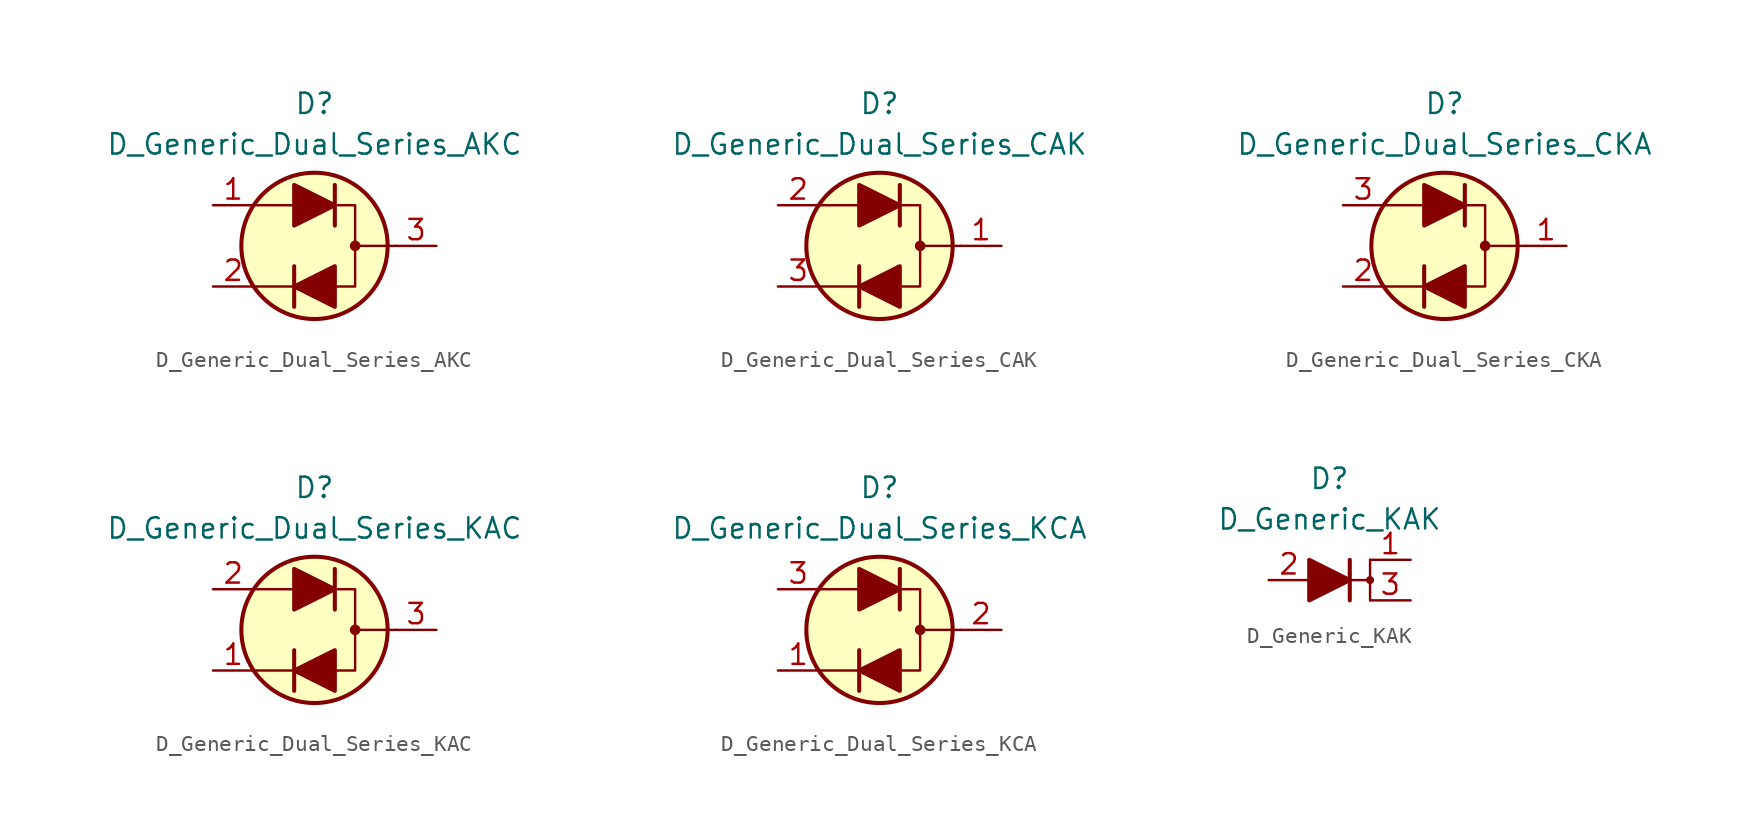
<source format=kicad_sym>
(kicad_symbol_lib
  (version 20210619)
  (generator kicad_symbol_editor)
  (symbol "Diode_AKL:D_Generic_Dual_Series_AKC"
    (pin_names
      (offset 1.016) hide)
    (property "Reference" "D"
      (at 0 8.89 0)
      (effects (font (size 1.27 1.27))))
    (property "Value" "D_Generic_Dual_Series_AKC"
      (at 0 6.35 0)
      (effects (font (size 1.27 1.27))))
    (symbol "D_Generic_Dual_Series_AKC_0_1"
      (circle (center 2.54 0) (radius 0.254) (stroke (width 0)) (fill (type outline)))
      (circle (center 0 0) (radius 4.572) (stroke (width 0.254)) (fill (type background)))
      (polyline (pts (xy -1.27 -2.54) (xy -3.81 -2.54)) (stroke (width 0)) (fill (type none)))
      (polyline (pts (xy -1.27 -1.27) (xy -1.27 -3.81)) (stroke (width 0.254)) (fill (type none)))
      (polyline (pts (xy -1.27 2.54) (xy -3.81 2.54)) (stroke (width 0)) (fill (type none)))
      (polyline (pts (xy 1.27 3.81) (xy 1.27 1.27)) (stroke (width 0.254)) (fill (type none)))
      (polyline (pts (xy 5.08 0) (xy 2.54 0)) (stroke (width 0)) (fill (type none)))
      (polyline (pts (xy 1.27 -2.54) (xy 2.54 -2.54) (xy 2.54 2.54) (xy 1.27 2.54)) (stroke (width 0)) (fill (type none))))
    (symbol "D_Generic_Dual_Series_AKC_1_1"
      (polyline (pts (xy -1.27 2.54) (xy 1.27 2.54)) (stroke (width 0)) (fill (type none)))
      (polyline (pts (xy 1.27 -2.54) (xy -1.27 -2.54)) (stroke (width 0)) (fill (type none)))
      (polyline (pts (xy -1.27 1.27) (xy -1.27 3.81) (xy 1.27 2.54) (xy -1.27 1.27)) (stroke (width 0.254)) (fill (type outline)))
      (polyline (pts (xy 1.27 -1.27) (xy 1.27 -3.81) (xy -1.27 -2.54) (xy 1.27 -1.27)) (stroke (width 0.254)) (fill (type outline)))
      (pin passive line (at -6.35 2.54 0) (length 2.54) (name "A" (effects (font (size 1.27 1.27)))) (number "1" (effects (font (size 1.27 1.27)))))
      (pin passive line (at -6.35 -2.54 0) (length 2.54) (name "K" (effects (font (size 1.27 1.27)))) (number "2" (effects (font (size 1.27 1.27)))))
      (pin passive line (at 7.62 0 180) (length 2.54) (name "C" (effects (font (size 1.27 1.27)))) (number "3" (effects (font (size 1.27 1.27)))))))
  (symbol "Diode_AKL:D_Generic_Dual_Series_CAK"
    (pin_names
      (offset 1.016) hide)
    (property "Reference" "D"
      (at 0 8.89 0)
      (effects (font (size 1.27 1.27))))
    (property "Value" "D_Generic_Dual_Series_CAK"
      (at 0 6.35 0)
      (effects (font (size 1.27 1.27))))
    (symbol "D_Generic_Dual_Series_CAK_0_1"
      (circle (center 2.54 0) (radius 0.254) (stroke (width 0)) (fill (type outline)))
      (circle (center 0 0) (radius 4.572) (stroke (width 0.254)) (fill (type background)))
      (polyline (pts (xy -1.27 -2.54) (xy -3.81 -2.54)) (stroke (width 0)) (fill (type none)))
      (polyline (pts (xy -1.27 -1.27) (xy -1.27 -3.81)) (stroke (width 0.254)) (fill (type none)))
      (polyline (pts (xy -1.27 2.54) (xy -3.81 2.54)) (stroke (width 0)) (fill (type none)))
      (polyline (pts (xy 1.27 3.81) (xy 1.27 1.27)) (stroke (width 0.254)) (fill (type none)))
      (polyline (pts (xy 5.08 0) (xy 2.54 0)) (stroke (width 0)) (fill (type none)))
      (polyline (pts (xy 1.27 -2.54) (xy 2.54 -2.54) (xy 2.54 2.54) (xy 1.27 2.54)) (stroke (width 0)) (fill (type none))))
    (symbol "D_Generic_Dual_Series_CAK_1_1"
      (polyline (pts (xy -1.27 2.54) (xy 1.27 2.54)) (stroke (width 0)) (fill (type none)))
      (polyline (pts (xy 1.27 -2.54) (xy -1.27 -2.54)) (stroke (width 0)) (fill (type none)))
      (polyline (pts (xy -1.27 1.27) (xy -1.27 3.81) (xy 1.27 2.54) (xy -1.27 1.27)) (stroke (width 0.254)) (fill (type outline)))
      (polyline (pts (xy 1.27 -1.27) (xy 1.27 -3.81) (xy -1.27 -2.54) (xy 1.27 -1.27)) (stroke (width 0.254)) (fill (type outline)))
      (pin passive line (at 7.62 0 180) (length 2.54) (name "C" (effects (font (size 1.27 1.27)))) (number "1" (effects (font (size 1.27 1.27)))))
      (pin passive line (at -6.35 2.54 0) (length 2.54) (name "A" (effects (font (size 1.27 1.27)))) (number "2" (effects (font (size 1.27 1.27)))))
      (pin passive line (at -6.35 -2.54 0) (length 2.54) (name "K" (effects (font (size 1.27 1.27)))) (number "3" (effects (font (size 1.27 1.27)))))))
  (symbol "Diode_AKL:D_Generic_Dual_Series_CKA"
    (pin_names
      (offset 1.016) hide)
    (property "Reference" "D"
      (at 0 8.89 0)
      (effects (font (size 1.27 1.27))))
    (property "Value" "D_Generic_Dual_Series_CKA"
      (at 0 6.35 0)
      (effects (font (size 1.27 1.27))))
    (symbol "D_Generic_Dual_Series_CKA_0_1"
      (circle (center 2.54 0) (radius 0.254) (stroke (width 0)) (fill (type outline)))
      (circle (center 0 0) (radius 4.572) (stroke (width 0.254)) (fill (type background)))
      (polyline (pts (xy -1.27 -2.54) (xy -3.81 -2.54)) (stroke (width 0)) (fill (type none)))
      (polyline (pts (xy -1.27 -1.27) (xy -1.27 -3.81)) (stroke (width 0.254)) (fill (type none)))
      (polyline (pts (xy -1.27 2.54) (xy -3.81 2.54)) (stroke (width 0)) (fill (type none)))
      (polyline (pts (xy 1.27 3.81) (xy 1.27 1.27)) (stroke (width 0.254)) (fill (type none)))
      (polyline (pts (xy 5.08 0) (xy 2.54 0)) (stroke (width 0)) (fill (type none)))
      (polyline (pts (xy 1.27 -2.54) (xy 2.54 -2.54) (xy 2.54 2.54) (xy 1.27 2.54)) (stroke (width 0)) (fill (type none))))
    (symbol "D_Generic_Dual_Series_CKA_1_1"
      (polyline (pts (xy -1.27 2.54) (xy 1.27 2.54)) (stroke (width 0)) (fill (type none)))
      (polyline (pts (xy 1.27 -2.54) (xy -1.27 -2.54)) (stroke (width 0)) (fill (type none)))
      (polyline (pts (xy -1.27 1.27) (xy -1.27 3.81) (xy 1.27 2.54) (xy -1.27 1.27)) (stroke (width 0.254)) (fill (type outline)))
      (polyline (pts (xy 1.27 -1.27) (xy 1.27 -3.81) (xy -1.27 -2.54) (xy 1.27 -1.27)) (stroke (width 0.254)) (fill (type outline)))
      (pin passive line (at 7.62 0 180) (length 2.54) (name "C" (effects (font (size 1.27 1.27)))) (number "1" (effects (font (size 1.27 1.27)))))
      (pin passive line (at -6.35 -2.54 0) (length 2.54) (name "K" (effects (font (size 1.27 1.27)))) (number "2" (effects (font (size 1.27 1.27)))))
      (pin passive line (at -6.35 2.54 0) (length 2.54) (name "A" (effects (font (size 1.27 1.27)))) (number "3" (effects (font (size 1.27 1.27)))))))
  (symbol "Diode_AKL:D_Generic_Dual_Series_KAC"
    (pin_names
      (offset 1.016) hide)
    (property "Reference" "D"
      (at 0 8.89 0)
      (effects (font (size 1.27 1.27))))
    (property "Value" "D_Generic_Dual_Series_KAC"
      (at 0 6.35 0)
      (effects (font (size 1.27 1.27))))
    (symbol "D_Generic_Dual_Series_KAC_0_1"
      (circle (center 2.54 0) (radius 0.254) (stroke (width 0)) (fill (type outline)))
      (circle (center 0 0) (radius 4.572) (stroke (width 0.254)) (fill (type background)))
      (polyline (pts (xy -1.27 -2.54) (xy -3.81 -2.54)) (stroke (width 0)) (fill (type none)))
      (polyline (pts (xy -1.27 -1.27) (xy -1.27 -3.81)) (stroke (width 0.254)) (fill (type none)))
      (polyline (pts (xy -1.27 2.54) (xy -3.81 2.54)) (stroke (width 0)) (fill (type none)))
      (polyline (pts (xy 1.27 3.81) (xy 1.27 1.27)) (stroke (width 0.254)) (fill (type none)))
      (polyline (pts (xy 5.08 0) (xy 2.54 0)) (stroke (width 0)) (fill (type none)))
      (polyline (pts (xy 1.27 -2.54) (xy 2.54 -2.54) (xy 2.54 2.54) (xy 1.27 2.54)) (stroke (width 0)) (fill (type none))))
    (symbol "D_Generic_Dual_Series_KAC_1_1"
      (polyline (pts (xy -1.27 2.54) (xy 1.27 2.54)) (stroke (width 0)) (fill (type none)))
      (polyline (pts (xy 1.27 -2.54) (xy -1.27 -2.54)) (stroke (width 0)) (fill (type none)))
      (polyline (pts (xy -1.27 1.27) (xy -1.27 3.81) (xy 1.27 2.54) (xy -1.27 1.27)) (stroke (width 0.254)) (fill (type outline)))
      (polyline (pts (xy 1.27 -1.27) (xy 1.27 -3.81) (xy -1.27 -2.54) (xy 1.27 -1.27)) (stroke (width 0.254)) (fill (type outline)))
      (pin passive line (at -6.35 -2.54 0) (length 2.54) (name "K" (effects (font (size 1.27 1.27)))) (number "1" (effects (font (size 1.27 1.27)))))
      (pin passive line (at -6.35 2.54 0) (length 2.54) (name "A" (effects (font (size 1.27 1.27)))) (number "2" (effects (font (size 1.27 1.27)))))
      (pin passive line (at 7.62 0 180) (length 2.54) (name "C" (effects (font (size 1.27 1.27)))) (number "3" (effects (font (size 1.27 1.27)))))))
  (symbol "Diode_AKL:D_Generic_Dual_Series_KCA"
    (pin_names
      (offset 1.016) hide)
    (property "Reference" "D"
      (at 0 8.89 0)
      (effects (font (size 1.27 1.27))))
    (property "Value" "D_Generic_Dual_Series_KCA"
      (at 0 6.35 0)
      (effects (font (size 1.27 1.27))))
    (symbol "D_Generic_Dual_Series_KCA_0_1"
      (circle (center 2.54 0) (radius 0.254) (stroke (width 0)) (fill (type outline)))
      (circle (center 0 0) (radius 4.572) (stroke (width 0.254)) (fill (type background)))
      (polyline (pts (xy -1.27 -2.54) (xy -3.81 -2.54)) (stroke (width 0)) (fill (type none)))
      (polyline (pts (xy -1.27 -1.27) (xy -1.27 -3.81)) (stroke (width 0.254)) (fill (type none)))
      (polyline (pts (xy -1.27 2.54) (xy -3.81 2.54)) (stroke (width 0)) (fill (type none)))
      (polyline (pts (xy 1.27 3.81) (xy 1.27 1.27)) (stroke (width 0.254)) (fill (type none)))
      (polyline (pts (xy 5.08 0) (xy 2.54 0)) (stroke (width 0)) (fill (type none)))
      (polyline (pts (xy 1.27 -2.54) (xy 2.54 -2.54) (xy 2.54 2.54) (xy 1.27 2.54)) (stroke (width 0)) (fill (type none))))
    (symbol "D_Generic_Dual_Series_KCA_1_1"
      (polyline (pts (xy -1.27 2.54) (xy 1.27 2.54)) (stroke (width 0)) (fill (type none)))
      (polyline (pts (xy 1.27 -2.54) (xy -1.27 -2.54)) (stroke (width 0)) (fill (type none)))
      (polyline (pts (xy -1.27 1.27) (xy -1.27 3.81) (xy 1.27 2.54) (xy -1.27 1.27)) (stroke (width 0.254)) (fill (type outline)))
      (polyline (pts (xy 1.27 -1.27) (xy 1.27 -3.81) (xy -1.27 -2.54) (xy 1.27 -1.27)) (stroke (width 0.254)) (fill (type outline)))
      (pin passive line (at -6.35 -2.54 0) (length 2.54) (name "K" (effects (font (size 1.27 1.27)))) (number "1" (effects (font (size 1.27 1.27)))))
      (pin passive line (at 7.62 0 180) (length 2.54) (name "C" (effects (font (size 1.27 1.27)))) (number "2" (effects (font (size 1.27 1.27)))))
      (pin passive line (at -6.35 2.54 0) (length 2.54) (name "A" (effects (font (size 1.27 1.27)))) (number "3" (effects (font (size 1.27 1.27)))))))
  (symbol "Diode_AKL:D_Generic_KAK"
    (pin_names
      (offset 1.016) hide)
    (property "Reference" "D"
      (at 0 6.35 0)
      (effects (font (size 1.27 1.27))))
    (property "Value" "D_Generic_KAK"
      (at 0 3.81 0)
      (effects (font (size 1.27 1.27))))
    (symbol "D_Generic_KAK_0_1"
      (circle (center 2.54 0) (radius 0.178) (stroke (width 0)) (fill (type outline)))
      (polyline (pts (xy -1.27 0) (xy 1.27 0)) (stroke (width 0)) (fill (type none)))
      (polyline (pts (xy 1.27 -1.27) (xy 1.27 1.27)) (stroke (width 0.254)) (fill (type none)))
      (polyline (pts (xy 1.27 0) (xy 2.54 0)) (stroke (width 0)) (fill (type none)))
      (polyline (pts (xy 2.54 -1.27) (xy 2.54 1.27)) (stroke (width 0)) (fill (type none)))
      (polyline (pts (xy -1.27 -1.27) (xy -1.27 1.27) (xy 1.27 0) (xy -1.27 -1.27)) (stroke (width 0.254)) (fill (type outline))))
    (symbol "D_Generic_KAK_1_1"
      (pin passive line (at 5.08 1.27 180) (length 2.54) (name "K" (effects (font (size 1.27 1.27)))) (number "1" (effects (font (size 1.27 1.27)))))
      (pin passive line (at -3.81 0 0) (length 2.54) (name "A" (effects (font (size 1.27 1.27)))) (number "2" (effects (font (size 1.27 1.27)))))
      (pin passive line (at 5.08 -1.27 180) (length 2.54) (name "K" (effects (font (size 1.27 1.27)))) (number "3" (effects (font (size 1.27 1.27))))))))
</source>
